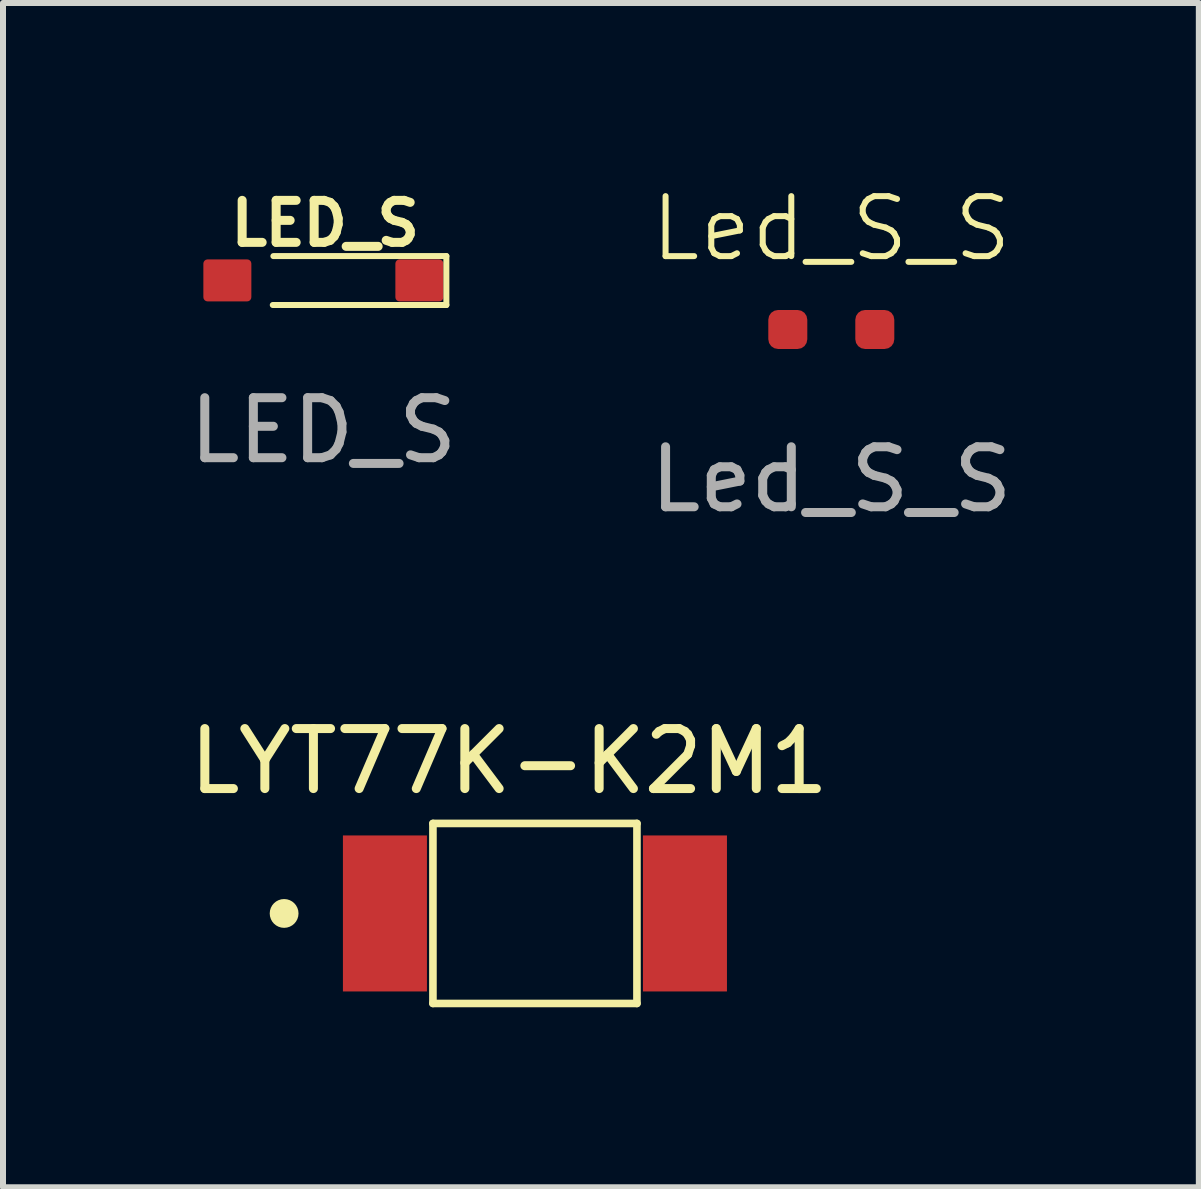
<source format=kicad_pcb>
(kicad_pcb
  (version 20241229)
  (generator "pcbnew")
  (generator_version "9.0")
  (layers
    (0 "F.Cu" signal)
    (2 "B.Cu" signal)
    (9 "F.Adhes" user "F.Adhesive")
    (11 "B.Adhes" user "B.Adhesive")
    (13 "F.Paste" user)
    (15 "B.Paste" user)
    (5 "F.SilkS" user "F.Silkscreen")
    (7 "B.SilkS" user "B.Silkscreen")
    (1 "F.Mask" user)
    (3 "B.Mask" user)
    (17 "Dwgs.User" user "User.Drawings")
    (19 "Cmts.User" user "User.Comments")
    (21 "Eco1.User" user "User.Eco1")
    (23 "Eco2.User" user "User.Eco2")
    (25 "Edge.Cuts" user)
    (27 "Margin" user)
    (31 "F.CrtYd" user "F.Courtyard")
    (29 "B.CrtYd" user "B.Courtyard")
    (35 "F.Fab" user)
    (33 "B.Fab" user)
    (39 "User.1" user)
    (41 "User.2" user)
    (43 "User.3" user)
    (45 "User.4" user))
  (footprint "LYT77K-K2M1"
    (layer "F.Cu")
    (at 5.865 12.173)
    (property "Reference" "LYT77K-K2M1" (at -0.43 -2.536 0) (layer "F.SilkS") (effects (font (size 1 1) (thickness 0.15))))
    (attr smd)
    (fp_line (start -1.7 -1.5) (end 1.7 -1.5) (stroke (width 0.127) (type solid)) (layer "F.SilkS"))
    (fp_line (start -1.7 1.5) (end -1.7 -1.5) (stroke (width 0.127) (type solid)) (layer "F.SilkS"))
    (fp_line (start 1.7 -1.5) (end 1.7 1.5) (stroke (width 0.127) (type solid)) (layer "F.SilkS"))
    (fp_line (start 1.7 1.5) (end -1.7 1.5) (stroke (width 0.127) (type solid)) (layer "F.SilkS"))
    (fp_circle (center -4.18 0) (end -4.06 0) (stroke (width 0.24) (type solid)) (fill no) (layer "F.SilkS"))
    (pad "1" smd rect (at -2.5 0) (size 1.4 2.6) (layers "F.Cu" "F.Mask" "F.Paste"))
    (pad "2" smd rect (at 2.5 0) (size 1.4 2.6) (layers "F.Cu" "F.Mask" "F.Paste")))
  (footprint "Led_S_S"
    (layer "F.Cu")
    (at 10.804 2.441)
    (property "Reference" "Led_S_S" (at 0 -1.68 0) (unlocked yes) (layer "F.SilkS") (effects (font (size 1 1) (thickness 0.1))))
    (attr smd)
    (fp_text user "${REFERENCE}" (at 0 2.5 0) (unlocked yes) (layer "F.Fab") (effects (font (size 1 1) (thickness 0.15))))
    (pad "1" smd roundrect (at -0.725 0) (size 0.65 0.65) (layers "F.Cu" "F.Mask" "F.Paste") (roundrect_rratio 0.25))
    (pad "2" smd roundrect (at 0.725 0) (size 0.65 0.65) (layers "F.Cu" "F.Mask" "F.Paste") (roundrect_rratio 0.25)))
  (footprint "LED_S"
    (layer "F.Cu")
    (at 2.339 1.623)
    (property "Reference" "LED_S" (at 0.03 -0.95 0) (unlocked yes) (layer "F.SilkS") (effects (font (size 0.7 0.7) (thickness 0.15) (bold yes))))
    (attr smd)
    (fp_line (start -0.833 -0.405) (end 2.05 -0.405) (stroke (width 0.1) (type default)) (layer "F.SilkS"))
    (fp_line (start 2.05 -0.405) (end 2.05 0.41) (stroke (width 0.1) (type default)) (layer "F.SilkS"))
    (fp_line (start 2.05 0.41) (end -0.843 0.41) (stroke (width 0.1) (type default)) (layer "F.SilkS"))
    (fp_text user "${REFERENCE}" (at 0 2.5 0) (unlocked yes) (layer "F.Fab") (effects (font (size 1 1) (thickness 0.15))))
    (pad "1" smd roundrect (at 1.6 0 180) (size 0.8 0.7) (layers "F.Cu" "F.Mask" "F.Paste") (roundrect_rratio 0.1))
    (pad "2" smd roundrect (at -1.6 0 180) (size 0.8 0.7) (layers "F.Cu" "F.Mask" "F.Paste") (roundrect_rratio 0.1)))
  (gr_rect
    (start -3 -3)
    (end 16.929 16.736)
    (stroke (width 0.1) (type default))
    (fill no)
    (layer "Edge.Cuts")))
</source>
